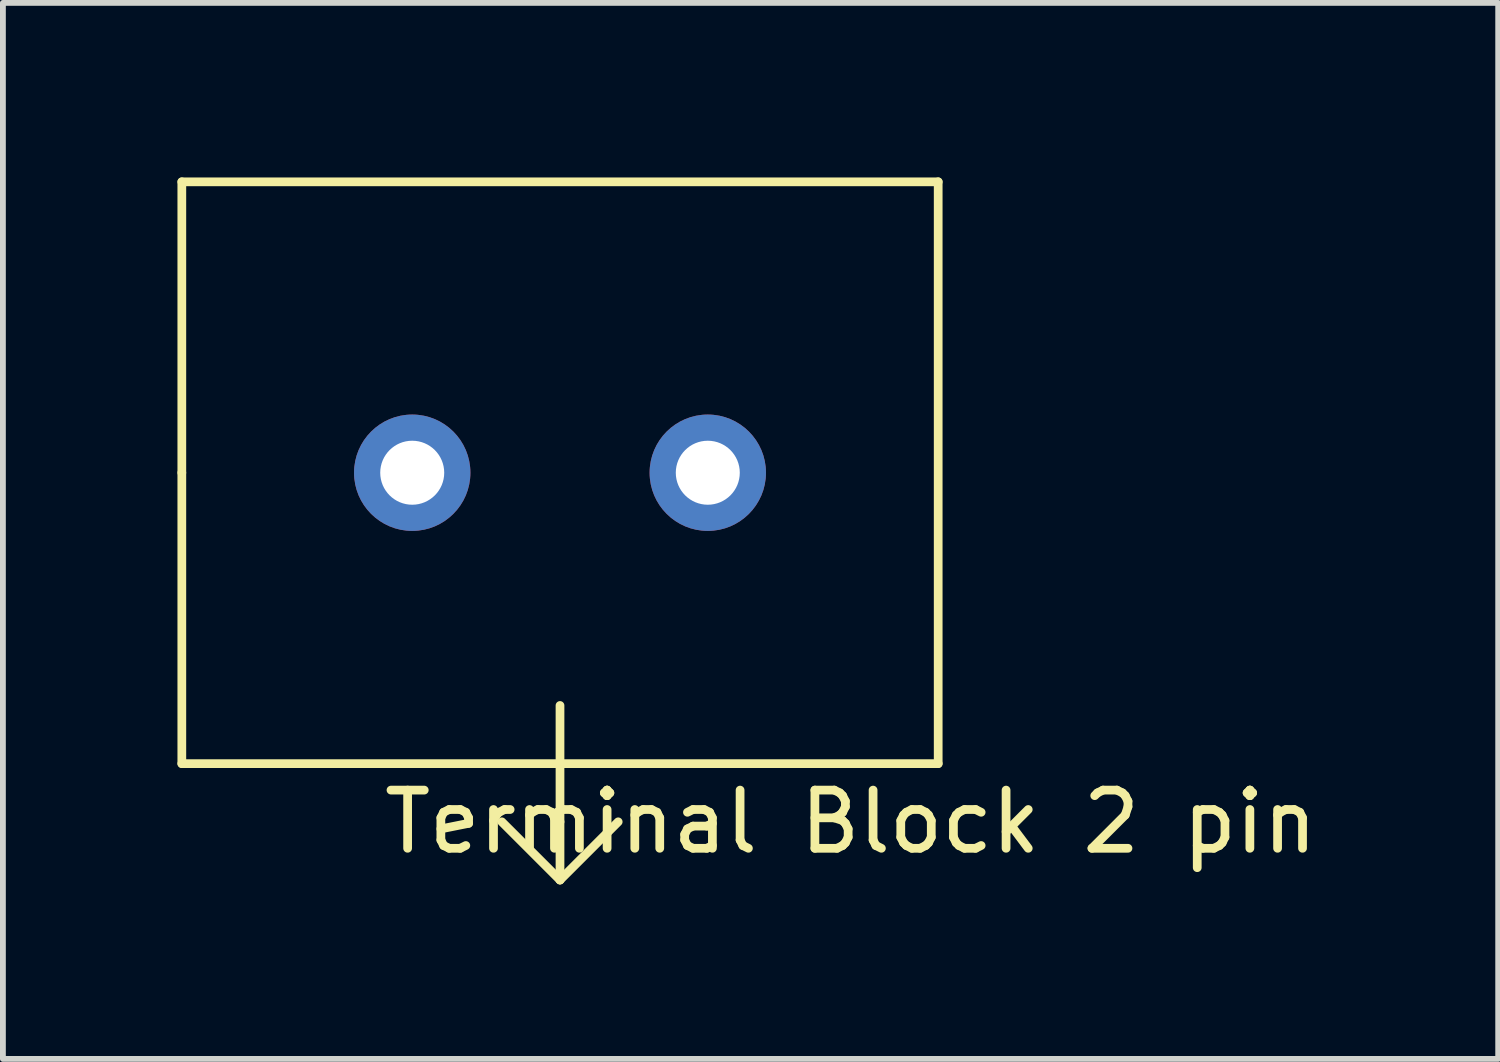
<source format=kicad_pcb>
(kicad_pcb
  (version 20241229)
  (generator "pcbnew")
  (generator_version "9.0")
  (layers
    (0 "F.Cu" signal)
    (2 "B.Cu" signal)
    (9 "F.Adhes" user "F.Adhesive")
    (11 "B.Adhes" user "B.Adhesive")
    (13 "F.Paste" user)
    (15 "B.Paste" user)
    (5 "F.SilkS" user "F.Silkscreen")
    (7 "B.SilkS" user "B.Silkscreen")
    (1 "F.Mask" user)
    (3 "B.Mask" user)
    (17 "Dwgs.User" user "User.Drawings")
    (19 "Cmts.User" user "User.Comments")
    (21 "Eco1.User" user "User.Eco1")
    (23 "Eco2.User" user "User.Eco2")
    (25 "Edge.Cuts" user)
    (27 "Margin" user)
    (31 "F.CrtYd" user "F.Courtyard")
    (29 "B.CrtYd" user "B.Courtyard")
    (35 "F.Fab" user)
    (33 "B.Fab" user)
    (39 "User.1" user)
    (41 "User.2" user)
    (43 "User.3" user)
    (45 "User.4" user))
  (footprint "Terminal Block 2 pin"
    (layer "F.Cu")
    (at 6.575 5.075)
    (property "Reference" "Terminal Block 2 pin" (at 5 6 0) (layer "F.SilkS") (effects (font (size 1 1) (thickness 0.15))))
    (attr through_hole)
    (fp_line (start -6.5 -5) (end -6.5 0) (stroke (width 0.15) (type solid)) (layer "F.SilkS"))
    (fp_line (start -6.5 0) (end -6.5 5) (stroke (width 0.15) (type solid)) (layer "F.SilkS"))
    (fp_line (start -6.5 5) (end 6.5 5) (stroke (width 0.15) (type solid)) (layer "F.SilkS"))
    (fp_line (start 0 4) (end 0 6) (stroke (width 0.15) (type solid)) (layer "F.SilkS"))
    (fp_line (start 0 6) (end 0 7) (stroke (width 0.15) (type solid)) (layer "F.SilkS"))
    (fp_line (start 0 7) (end -1 6) (stroke (width 0.15) (type solid)) (layer "F.SilkS"))
    (fp_line (start 0 7) (end 1 6) (stroke (width 0.15) (type solid)) (layer "F.SilkS"))
    (fp_line (start 6.5 -5) (end -6.5 -5) (stroke (width 0.15) (type solid)) (layer "F.SilkS"))
    (fp_line (start 6.5 5) (end 6.5 -5) (stroke (width 0.15) (type solid)) (layer "F.SilkS"))
    (pad "" thru_hole circle (at -2.54 0) (size 2 2) (drill 1.1) (layers "*.Cu" "*.Mask"))
    (pad "" thru_hole circle (at 2.54 0) (size 2 2) (drill 1.1) (layers "*.Cu" "*.Mask")))
  (gr_rect
    (start -3 -3)
    (end 22.7 15.15)
    (stroke (width 0.1) (type default))
    (fill no)
    (layer "Edge.Cuts")))
</source>
